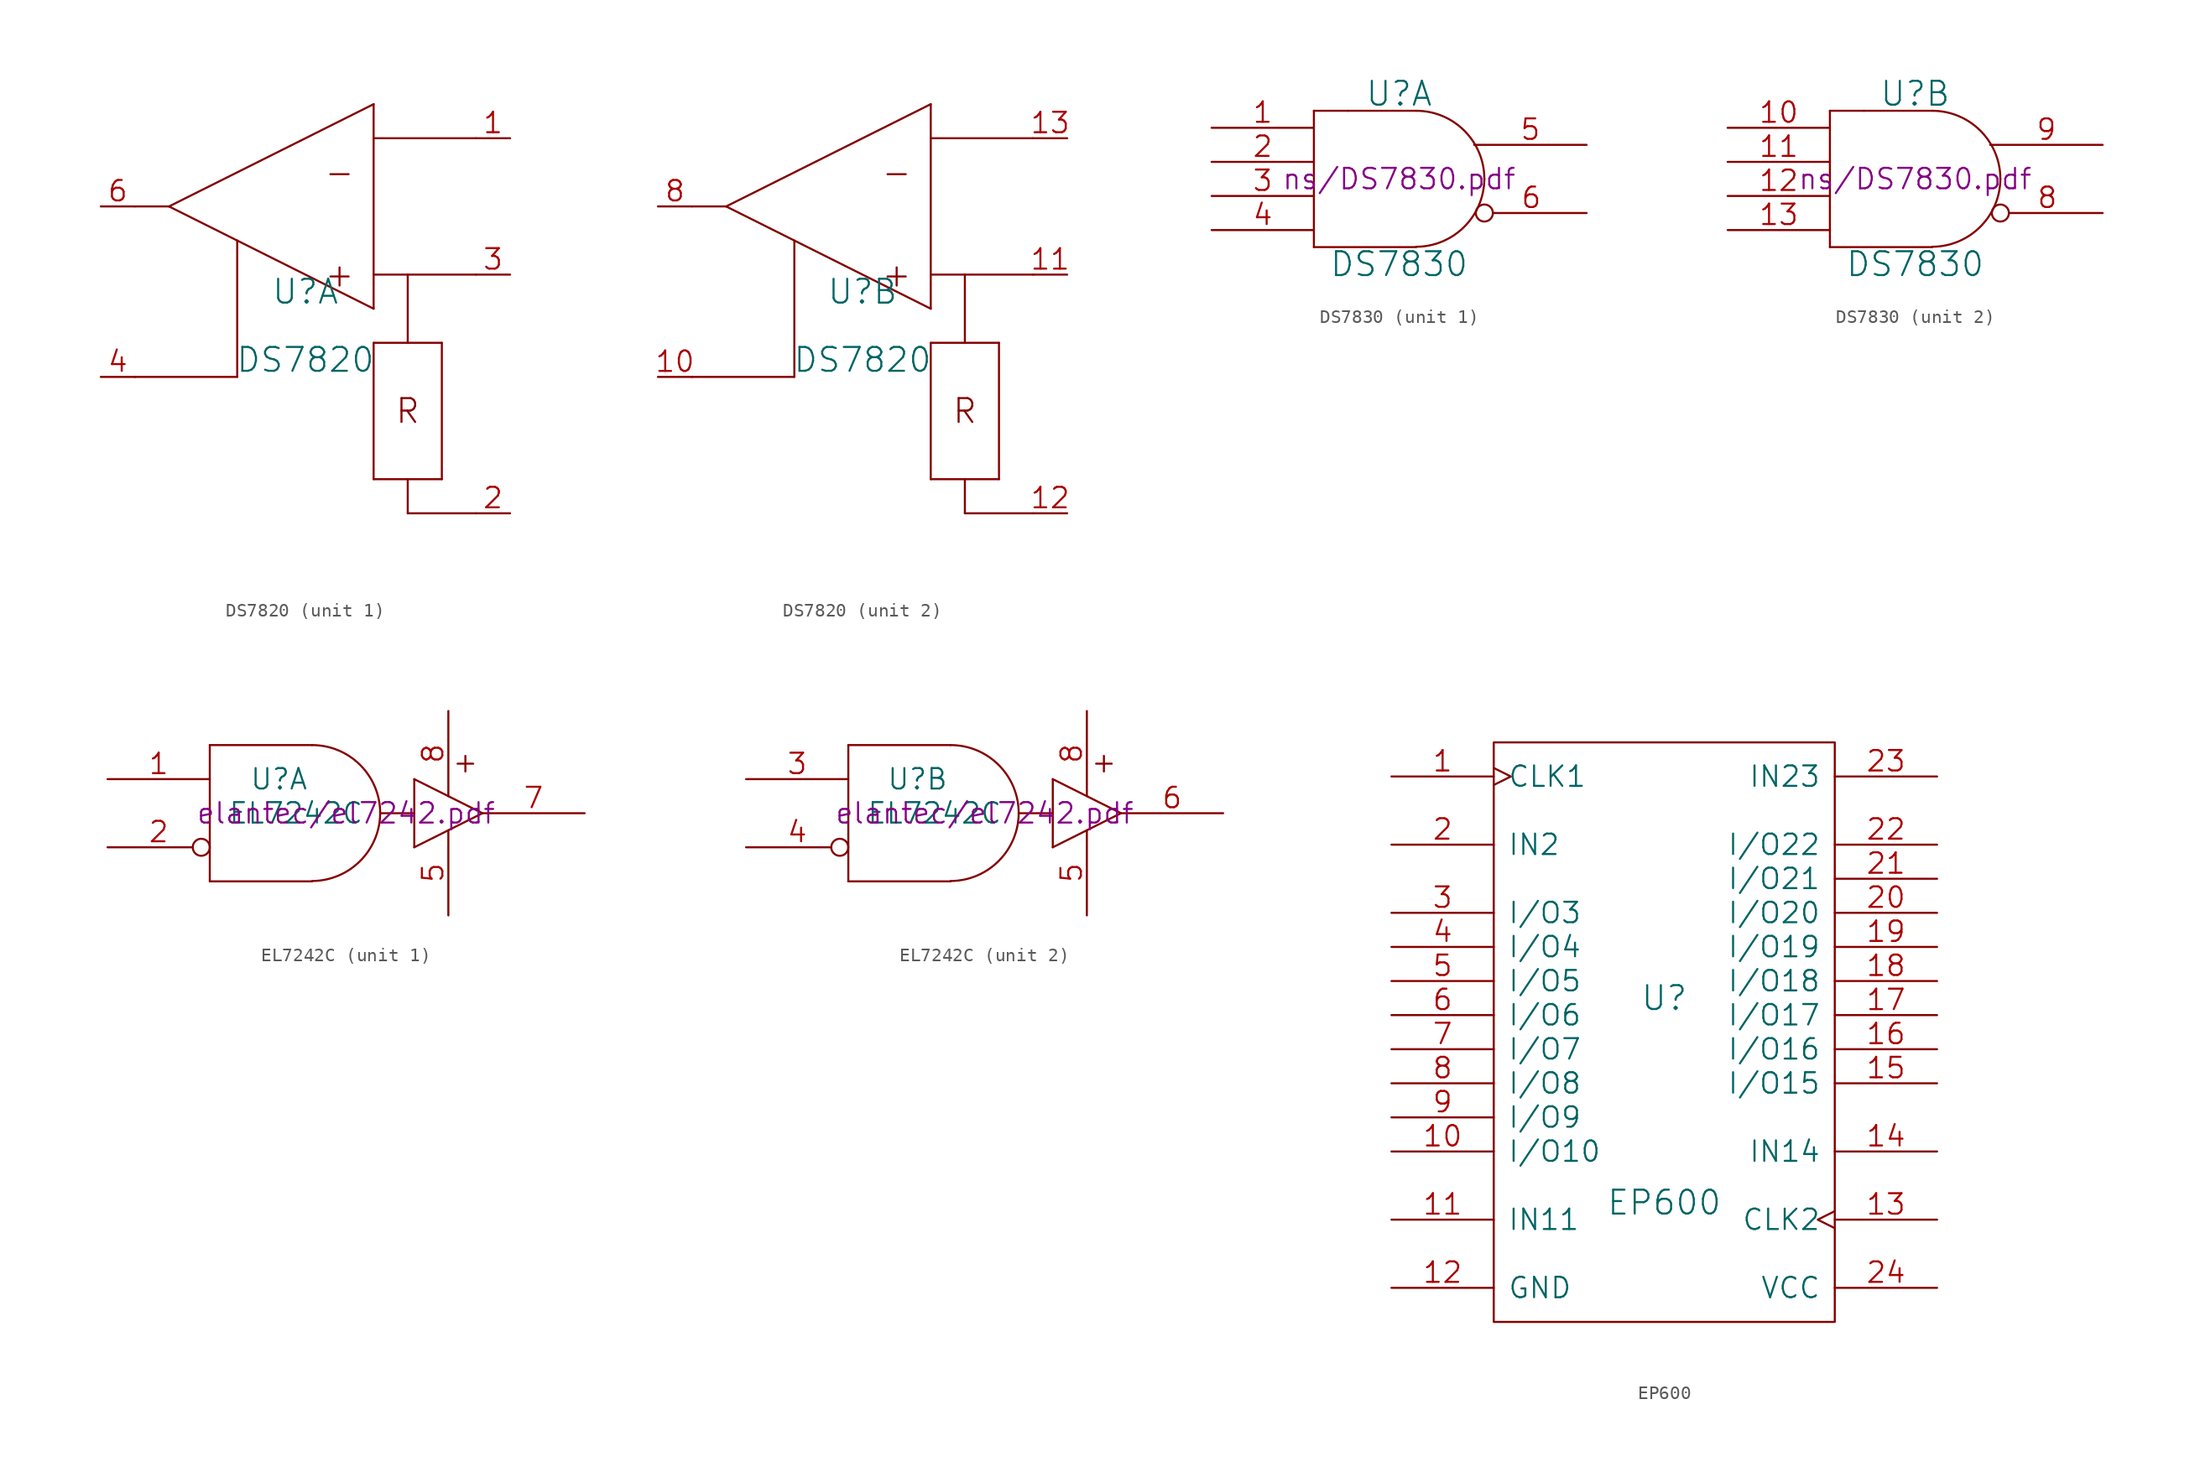
<source format=kicad_sym>
(kicad_symbol_lib
  (version 20211014)
  (generator kicad_symbol_editor)
  (symbol "DS7820"
    (pin_names
      (offset 1.016) hide)
    (property "Reference" "U"
      (at 0 2.54 0)
      (effects (font (size 1.778 1.778))))
    (property "Value" "DS7820"
      (at 0 -2.54 0)
      (effects (font (size 1.778 1.778))))
    (property "Footprint" ""
      (at 0 0 0)
      (effects (font (size 1.524 1.524))))
    (property "Datasheet" ""
      (at 0 0 0)
      (effects (font (size 1.524 1.524))))
    (symbol "DS7820_0_1"
      (polyline (pts (xy -10.16 8.89) (xy -12.7 8.89)) (stroke (width 0) (type default) (color 0 0 0 0)) (fill (type none)))
      (polyline (pts (xy -10.16 8.89) (xy 5.08 16.51)) (stroke (width 0) (type default) (color 0 0 0 0)) (fill (type none)))
      (polyline (pts (xy -5.08 -3.81) (xy -12.7 -3.81)) (stroke (width 0) (type default) (color 0 0 0 0)) (fill (type none)))
      (polyline (pts (xy -5.08 6.35) (xy -5.08 -3.81)) (stroke (width 0) (type default) (color 0 0 0 0)) (fill (type none)))
      (polyline (pts (xy 5.08 -11.43) (xy 10.16 -11.43)) (stroke (width 0) (type default) (color 0 0 0 0)) (fill (type none)))
      (polyline (pts (xy 5.08 -1.27) (xy 5.08 -11.43)) (stroke (width 0) (type default) (color 0 0 0 0)) (fill (type none)))
      (polyline (pts (xy 5.08 1.27) (xy -10.16 8.89)) (stroke (width 0) (type default) (color 0 0 0 0)) (fill (type none)))
      (polyline (pts (xy 5.08 3.81) (xy 12.7 3.81)) (stroke (width 0) (type default) (color 0 0 0 0)) (fill (type none)))
      (polyline (pts (xy 5.08 13.97) (xy 12.7 13.97)) (stroke (width 0) (type default) (color 0 0 0 0)) (fill (type none)))
      (polyline (pts (xy 5.08 16.51) (xy 5.08 1.27)) (stroke (width 0) (type default) (color 0 0 0 0)) (fill (type none)))
      (polyline (pts (xy 7.62 -13.97) (xy 12.7 -13.97)) (stroke (width 0) (type default) (color 0 0 0 0)) (fill (type none)))
      (polyline (pts (xy 7.62 -11.43) (xy 7.62 -13.97)) (stroke (width 0) (type default) (color 0 0 0 0)) (fill (type none)))
      (polyline (pts (xy 7.62 -1.27) (xy 5.08 -1.27)) (stroke (width 0) (type default) (color 0 0 0 0)) (fill (type none)))
      (polyline (pts (xy 7.62 3.81) (xy 7.62 -1.27)) (stroke (width 0) (type default) (color 0 0 0 0)) (fill (type none)))
      (polyline (pts (xy 10.16 -11.43) (xy 10.16 -1.27)) (stroke (width 0) (type default) (color 0 0 0 0)) (fill (type none)))
      (polyline (pts (xy 10.16 -1.27) (xy 7.62 -1.27)) (stroke (width 0) (type default) (color 0 0 0 0)) (fill (type none)))
      (text "+" (at 2.54 3.81 0) (effects (font (size 1.778 1.778))))
      (text "-" (at 2.54 11.43 0) (effects (font (size 1.778 1.778))))
      (text "R" (at 7.62 -6.35 0) (effects (font (size 1.778 1.778)))))
    (symbol "DS7820_1_1"
      (pin input line (at 15.24 13.97 180) (length 2.54) (name "IN-" (effects (font (size 1.524 1.524)))) (number "1" (effects (font (size 1.524 1.524)))))
      (pin power_in line (at -12.7 16.51 90) (length 0) hide (name "VCC" (effects (font (size 1.524 1.524)))) (number "14" (effects (font (size 1.524 1.524)))))
      (pin input line (at 15.24 -13.97 180) (length 2.54) (name "RES" (effects (font (size 1.524 1.524)))) (number "2" (effects (font (size 1.524 1.524)))))
      (pin input line (at 15.24 3.81 180) (length 2.54) (name "IN+" (effects (font (size 1.524 1.524)))) (number "3" (effects (font (size 1.524 1.524)))))
      (pin input line (at -15.24 -3.81 0) (length 2.54) (name "ALIM" (effects (font (size 1.524 1.524)))) (number "4" (effects (font (size 1.524 1.524)))))
      (pin output line (at -15.24 8.89 0) (length 2.54) (name "OUT" (effects (font (size 1.524 1.524)))) (number "6" (effects (font (size 1.524 1.524)))))
      (pin power_in line (at -12.7 -16.51 90) (length 0) hide (name "GND" (effects (font (size 1.524 1.524)))) (number "7" (effects (font (size 1.524 1.524))))))
    (symbol "DS7820_2_1"
      (pin input line (at -15.24 -3.81 0) (length 2.54) (name "ALIM" (effects (font (size 1.524 1.524)))) (number "10" (effects (font (size 1.524 1.524)))))
      (pin input line (at 15.24 3.81 180) (length 2.54) (name "IN+" (effects (font (size 1.524 1.524)))) (number "11" (effects (font (size 1.524 1.524)))))
      (pin input line (at 15.24 -13.97 180) (length 2.54) (name "RES" (effects (font (size 1.524 1.524)))) (number "12" (effects (font (size 1.524 1.524)))))
      (pin input line (at 15.24 13.97 180) (length 2.54) (name "IN-" (effects (font (size 1.524 1.524)))) (number "13" (effects (font (size 1.524 1.524)))))
      (pin power_in line (at -12.7 16.51 90) (length 0) hide (name "VCC" (effects (font (size 1.524 1.524)))) (number "14" (effects (font (size 1.524 1.524)))))
      (pin power_in line (at -12.7 -16.51 90) (length 0) hide (name "GND" (effects (font (size 1.524 1.524)))) (number "7" (effects (font (size 1.524 1.524)))))
      (pin output line (at -15.24 8.89 0) (length 2.54) (name "OUT" (effects (font (size 1.524 1.524)))) (number "8" (effects (font (size 1.524 1.524)))))))
  (symbol "DS7830"
    (pin_names
      (offset 1.016) hide)
    (property "Reference" "U"
      (at 0 6.35 0)
      (effects (font (size 1.778 1.778))))
    (property "Value" "DS7830"
      (at 0 -6.35 0)
      (effects (font (size 1.778 1.778))))
    (property "Footprint" ""
      (at 0 0 0)
      (effects (font (size 1.524 1.524))))
    (property "Datasheet" "ns/DS7830.pdf"
      (at 0 0 0)
      (effects (font (size 1.524 1.524))))
    (symbol "DS7830_0_0"
      (pin power_in line (at -2.54 5.08 90) (length 0) hide (name "VCC" (effects (font (size 1.524 1.524)))) (number "14" (effects (font (size 1.524 1.524)))))
      (pin power_in line (at -2.54 -5.08 90) (length 0) hide (name "GND" (effects (font (size 1.524 1.524)))) (number "7" (effects (font (size 1.524 1.524))))))
    (symbol "DS7830_0_1"
      (polyline (pts (xy -6.35 -5.08) (xy -6.35 5.08)) (stroke (width 0) (type default) (color 0 0 0 0)) (fill (type none)))
      (polyline (pts (xy -6.35 5.08) (xy -3.81 5.08)) (stroke (width 0) (type default) (color 0 0 0 0)) (fill (type none)))
      (polyline (pts (xy -3.81 5.08) (xy 1.27 5.08)) (stroke (width 0) (type default) (color 0 0 0 0)) (fill (type none)))
      (polyline (pts (xy 1.27 -5.08) (xy -6.35 -5.08) (xy -6.35 -5.08) (xy -6.35 -5.08)) (stroke (width 0) (type default) (color 0 0 0 0)) (fill (type none)))
      (arc (start 1.27 -5.0546) (mid 4.8441 -3.5741) (end 6.35 0) (stroke (width 0) (type default) (color 0 0 0 0)) (fill (type none)))
      (arc (start 6.35 0) (mid 4.8621 3.5921) (end 1.27 5.08) (stroke (width 0) (type default) (color 0 0 0 0)) (fill (type none))))
    (symbol "DS7830_1_1"
      (pin input line (at -13.97 3.81 0) (length 7.62) (name "I1" (effects (font (size 1.524 1.524)))) (number "1" (effects (font (size 1.524 1.524)))))
      (pin input line (at -13.97 1.27 0) (length 7.62) (name "I2" (effects (font (size 1.524 1.524)))) (number "2" (effects (font (size 1.524 1.524)))))
      (pin input line (at -13.97 -1.27 0) (length 7.62) (name "I3" (effects (font (size 1.524 1.524)))) (number "3" (effects (font (size 1.524 1.524)))))
      (pin input line (at -13.97 -3.81 0) (length 7.62) (name "I4" (effects (font (size 1.524 1.524)))) (number "4" (effects (font (size 1.524 1.524)))))
      (pin output line (at 13.97 2.54 180) (length 8.382) (name "OUT" (effects (font (size 1.524 1.524)))) (number "5" (effects (font (size 1.524 1.524)))))
      (pin output inverted (at 13.97 -2.54 180) (length 8.255) (name "OUTCOMP" (effects (font (size 1.524 1.524)))) (number "6" (effects (font (size 1.524 1.524))))))
    (symbol "DS7830_2_1"
      (pin input line (at -13.97 3.81 0) (length 7.62) (name "I1" (effects (font (size 1.524 1.524)))) (number "10" (effects (font (size 1.524 1.524)))))
      (pin input line (at -13.97 1.27 0) (length 7.62) (name "I2" (effects (font (size 1.524 1.524)))) (number "11" (effects (font (size 1.524 1.524)))))
      (pin input line (at -13.97 -1.27 0) (length 7.62) (name "I3" (effects (font (size 1.524 1.524)))) (number "12" (effects (font (size 1.524 1.524)))))
      (pin input line (at -13.97 -3.81 0) (length 7.62) (name "I4" (effects (font (size 1.524 1.524)))) (number "13" (effects (font (size 1.524 1.524)))))
      (pin output inverted (at 13.97 -2.54 180) (length 8.255) (name "OUTCOMP" (effects (font (size 1.524 1.524)))) (number "8" (effects (font (size 1.524 1.524)))))
      (pin output line (at 13.97 2.54 180) (length 8.382) (name "OUT" (effects (font (size 1.524 1.524)))) (number "9" (effects (font (size 1.524 1.524)))))))
  (symbol "EL7242C"
    (pin_names
      (offset 0.762) hide)
    (property "Reference" "U"
      (at -5.004 2.54 0)
      (effects (font (size 1.524 1.524))))
    (property "Value" "EL7242C"
      (at -3.734 0 0)
      (effects (font (size 1.524 1.524))))
    (property "Footprint" ""
      (at 0 0 0)
      (effects (font (size 1.524 1.524))))
    (property "Datasheet" "elantec/el7242.pdf"
      (at 0 0 0)
      (effects (font (size 1.524 1.524))))
    (symbol "EL7242C_0_0"
      (pin power_in line (at 7.62 -7.62 90) (length 6.35) (name "GND" (effects (font (size 1.524 1.524)))) (number "5" (effects (font (size 1.524 1.524)))))
      (pin power_in line (at 7.62 7.62 270) (length 6.35) (name "V+" (effects (font (size 1.524 1.524)))) (number "8" (effects (font (size 1.524 1.524))))))
    (symbol "EL7242C_0_1"
      (arc (start -2.54 -5.0546) (mid 1.0341 -3.5741) (end 2.54 0) (stroke (width 0) (type default) (color 0 0 0 0)) (fill (type none)))
      (polyline (pts (xy -10.16 -5.08) (xy -2.54 -5.08)) (stroke (width 0) (type default) (color 0 0 0 0)) (fill (type none)))
      (polyline (pts (xy -10.16 5.08) (xy -10.16 -5.08)) (stroke (width 0) (type default) (color 0 0 0 0)) (fill (type none)))
      (polyline (pts (xy -2.54 5.08) (xy -10.16 5.08)) (stroke (width 0) (type default) (color 0 0 0 0)) (fill (type none)))
      (polyline (pts (xy 5.08 -2.54) (xy 10.16 0)) (stroke (width 0) (type default) (color 0 0 0 0)) (fill (type none)))
      (polyline (pts (xy 5.08 0) (xy 2.54 0)) (stroke (width 0) (type default) (color 0 0 0 0)) (fill (type none)))
      (polyline (pts (xy 5.08 2.54) (xy 5.08 -2.54)) (stroke (width 0) (type default) (color 0 0 0 0)) (fill (type none)))
      (polyline (pts (xy 10.16 0) (xy 5.08 2.54)) (stroke (width 0) (type default) (color 0 0 0 0)) (fill (type none)))
      (arc (start 2.54 0) (mid 1.0521 3.5921) (end -2.54 5.08) (stroke (width 0) (type default) (color 0 0 0 0)) (fill (type none)))
      (text "+" (at 8.89 3.81 0) (effects (font (size 1.524 1.524)))))
    (symbol "EL7242C_1_1"
      (pin input line (at -17.78 2.54 0) (length 7.62) (name "IN1" (effects (font (size 1.524 1.524)))) (number "1" (effects (font (size 1.524 1.524)))))
      (pin input inverted (at -17.78 -2.54 0) (length 7.62) (name "IN" (effects (font (size 1.524 1.524)))) (number "2" (effects (font (size 1.524 1.524)))))
      (pin output line (at 17.78 0 180) (length 7.62) (name "OUT" (effects (font (size 1.524 1.524)))) (number "7" (effects (font (size 1.524 1.524))))))
    (symbol "EL7242C_2_1"
      (pin input line (at -17.78 2.54 0) (length 7.62) (name "IN1" (effects (font (size 1.524 1.524)))) (number "3" (effects (font (size 1.524 1.524)))))
      (pin input inverted (at -17.78 -2.54 0) (length 7.62) (name "IN" (effects (font (size 1.524 1.524)))) (number "4" (effects (font (size 1.524 1.524)))))
      (pin output line (at 17.78 0 180) (length 7.62) (name "OUT" (effects (font (size 1.524 1.524)))) (number "6" (effects (font (size 1.524 1.524)))))))
  (symbol "EP600"
    (pin_names
      (offset 1.016))
    (property "Reference" "U"
      (at 0 2.54 0)
      (effects (font (size 1.778 1.778))))
    (property "Value" "EP600"
      (at 0 -12.7 0)
      (effects (font (size 1.778 1.778))))
    (property "Footprint" ""
      (at 0 0 0)
      (effects (font (size 1.524 1.524))))
    (property "Datasheet" ""
      (at 0 0 0)
      (effects (font (size 1.524 1.524))))
    (symbol "EP600_0_1"
      (rectangle (start -12.7 -21.59) (end 12.7 21.59) (stroke (width 0) (type default) (color 0 0 0 0)) (fill (type none))))
    (symbol "EP600_1_1"
      (pin input clock (at -20.32 19.05 0) (length 7.62) (name "CLK1" (effects (font (size 1.524 1.524)))) (number "1" (effects (font (size 1.524 1.524)))))
      (pin passive line (at -20.32 -8.89 0) (length 7.62) (name "I/O10" (effects (font (size 1.524 1.524)))) (number "10" (effects (font (size 1.524 1.524)))))
      (pin input line (at -20.32 -13.97 0) (length 7.62) (name "IN11" (effects (font (size 1.524 1.524)))) (number "11" (effects (font (size 1.524 1.524)))))
      (pin input line (at -20.32 -19.05 0) (length 7.62) (name "GND" (effects (font (size 1.524 1.524)))) (number "12" (effects (font (size 1.524 1.524)))))
      (pin input clock (at 20.32 -13.97 180) (length 7.62) (name "CLK2" (effects (font (size 1.524 1.524)))) (number "13" (effects (font (size 1.524 1.524)))))
      (pin input line (at 20.32 -8.89 180) (length 7.62) (name "IN14" (effects (font (size 1.524 1.524)))) (number "14" (effects (font (size 1.524 1.524)))))
      (pin passive line (at 20.32 -3.81 180) (length 7.62) (name "I/O15" (effects (font (size 1.524 1.524)))) (number "15" (effects (font (size 1.524 1.524)))))
      (pin passive line (at 20.32 -1.27 180) (length 7.62) (name "I/O16" (effects (font (size 1.524 1.524)))) (number "16" (effects (font (size 1.524 1.524)))))
      (pin passive line (at 20.32 1.27 180) (length 7.62) (name "I/O17" (effects (font (size 1.524 1.524)))) (number "17" (effects (font (size 1.524 1.524)))))
      (pin passive line (at 20.32 3.81 180) (length 7.62) (name "I/O18" (effects (font (size 1.524 1.524)))) (number "18" (effects (font (size 1.524 1.524)))))
      (pin passive line (at 20.32 6.35 180) (length 7.62) (name "I/O19" (effects (font (size 1.524 1.524)))) (number "19" (effects (font (size 1.524 1.524)))))
      (pin input line (at -20.32 13.97 0) (length 7.62) (name "IN2" (effects (font (size 1.524 1.524)))) (number "2" (effects (font (size 1.524 1.524)))))
      (pin passive line (at 20.32 8.89 180) (length 7.62) (name "I/O20" (effects (font (size 1.524 1.524)))) (number "20" (effects (font (size 1.524 1.524)))))
      (pin passive line (at 20.32 11.43 180) (length 7.62) (name "I/O21" (effects (font (size 1.524 1.524)))) (number "21" (effects (font (size 1.524 1.524)))))
      (pin passive line (at 20.32 13.97 180) (length 7.62) (name "I/O22" (effects (font (size 1.524 1.524)))) (number "22" (effects (font (size 1.524 1.524)))))
      (pin input line (at 20.32 19.05 180) (length 7.62) (name "IN23" (effects (font (size 1.524 1.524)))) (number "23" (effects (font (size 1.524 1.524)))))
      (pin input line (at 20.32 -19.05 180) (length 7.62) (name "VCC" (effects (font (size 1.524 1.524)))) (number "24" (effects (font (size 1.524 1.524)))))
      (pin passive line (at -20.32 8.89 0) (length 7.62) (name "I/O3" (effects (font (size 1.524 1.524)))) (number "3" (effects (font (size 1.524 1.524)))))
      (pin passive line (at -20.32 6.35 0) (length 7.62) (name "I/O4" (effects (font (size 1.524 1.524)))) (number "4" (effects (font (size 1.524 1.524)))))
      (pin passive line (at -20.32 3.81 0) (length 7.62) (name "I/O5" (effects (font (size 1.524 1.524)))) (number "5" (effects (font (size 1.524 1.524)))))
      (pin passive line (at -20.32 1.27 0) (length 7.62) (name "I/O6" (effects (font (size 1.524 1.524)))) (number "6" (effects (font (size 1.524 1.524)))))
      (pin passive line (at -20.32 -1.27 0) (length 7.62) (name "I/O7" (effects (font (size 1.524 1.524)))) (number "7" (effects (font (size 1.524 1.524)))))
      (pin passive line (at -20.32 -3.81 0) (length 7.62) (name "I/O8" (effects (font (size 1.524 1.524)))) (number "8" (effects (font (size 1.524 1.524)))))
      (pin passive line (at -20.32 -6.35 0) (length 7.62) (name "I/O9" (effects (font (size 1.524 1.524)))) (number "9" (effects (font (size 1.524 1.524))))))))
</source>
